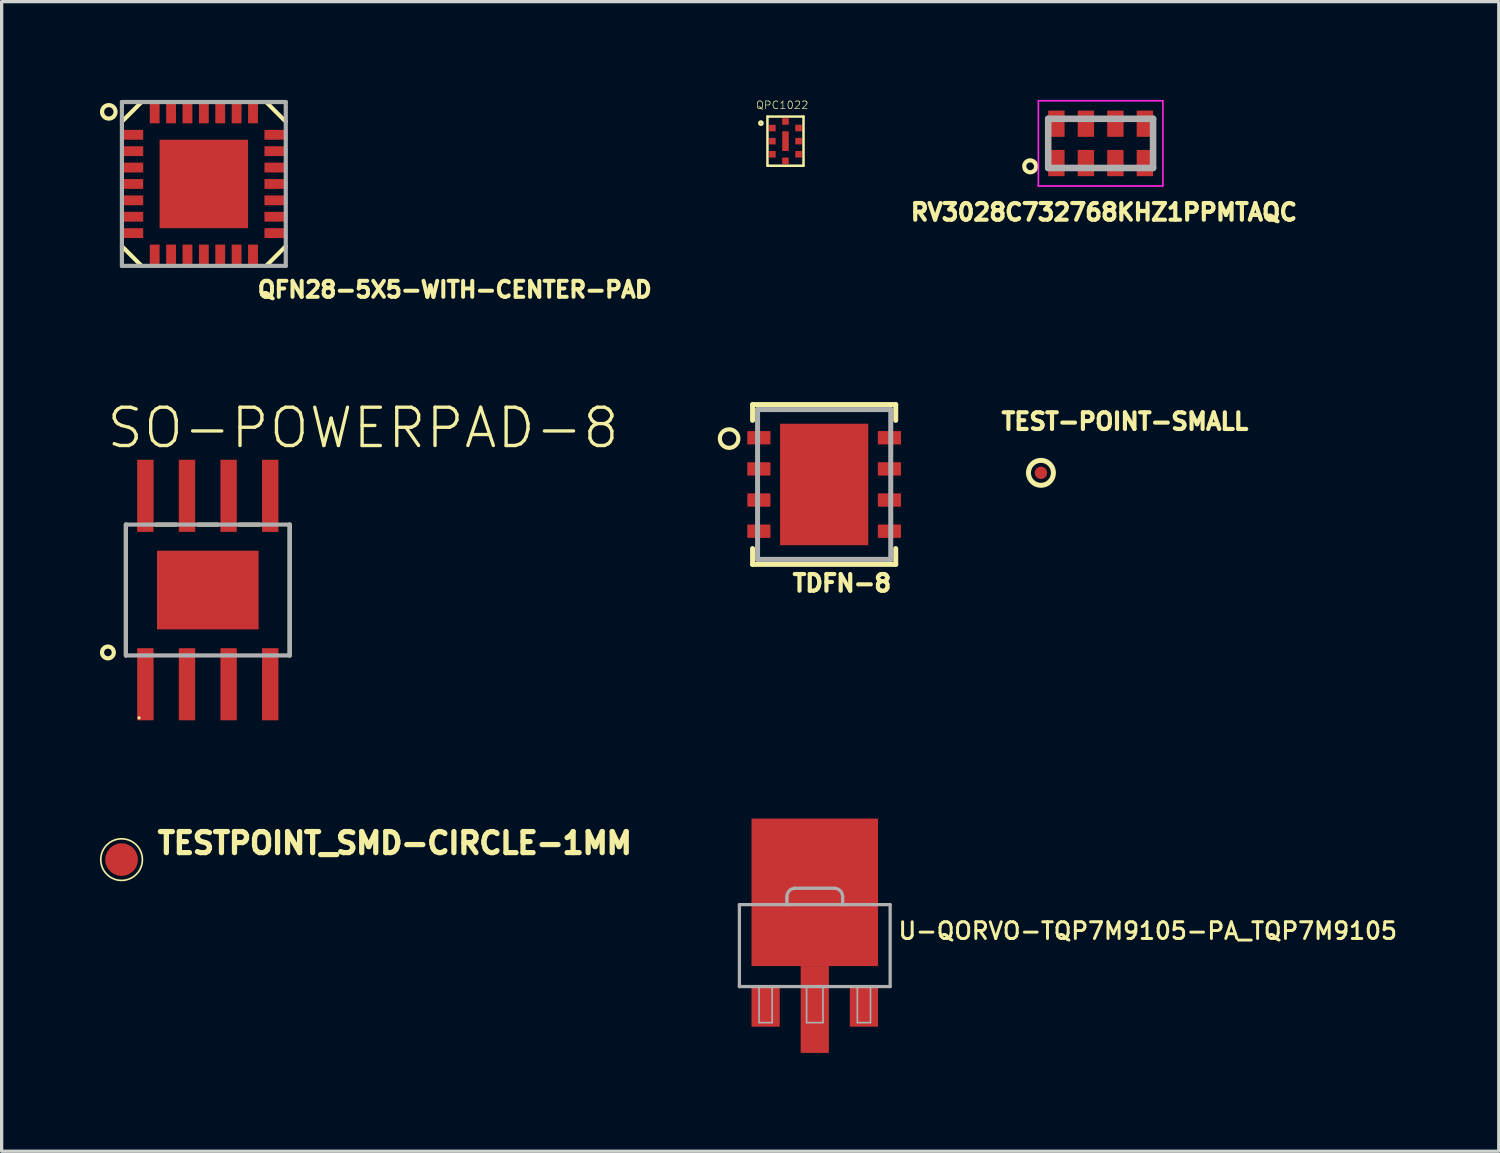
<source format=kicad_pcb>
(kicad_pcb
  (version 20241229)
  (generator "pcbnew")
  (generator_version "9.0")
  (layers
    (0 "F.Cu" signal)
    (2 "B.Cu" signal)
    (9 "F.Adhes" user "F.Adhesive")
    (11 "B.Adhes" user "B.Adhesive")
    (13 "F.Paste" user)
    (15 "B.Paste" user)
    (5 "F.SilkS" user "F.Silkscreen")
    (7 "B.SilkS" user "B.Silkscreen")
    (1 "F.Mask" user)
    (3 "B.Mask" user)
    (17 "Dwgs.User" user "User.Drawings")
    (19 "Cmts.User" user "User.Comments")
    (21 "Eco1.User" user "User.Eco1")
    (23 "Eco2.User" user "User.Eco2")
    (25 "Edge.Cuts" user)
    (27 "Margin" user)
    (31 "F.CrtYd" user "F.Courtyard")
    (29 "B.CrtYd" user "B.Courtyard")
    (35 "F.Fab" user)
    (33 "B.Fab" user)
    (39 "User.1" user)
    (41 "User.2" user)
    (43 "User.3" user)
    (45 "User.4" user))
  (footprint "RV3028C732768KHZ1PPMTAQC"
    (layer "F.Cu")
    (at 30.535 1.325)
    (property "Reference" "RV3028C732768KHZ1PPMTAQC" (at 0.1 2.1 0) (layer "F.SilkS") (effects (font (size 0.508 0.508) (thickness 0.127))))
    (fp_arc (start -2.3 0.8) (mid -2.25 0.55) (end -2 0.6) (stroke (width 0.127) (type solid)) (layer "F.SilkS"))
    (fp_arc (start -2 0.6) (mid -2.05 0.85) (end -2.3 0.8) (stroke (width 0.127) (type solid)) (layer "F.SilkS"))
    (fp_line (start -1.9 -1.3) (end 1.9 -1.3) (stroke (width 0.05) (type solid)) (layer "F.CrtYd"))
    (fp_line (start -1.9 1.3) (end -1.9 -1.3) (stroke (width 0.05) (type solid)) (layer "F.CrtYd"))
    (fp_line (start 1.9 -1.3) (end 1.9 1.3) (stroke (width 0.05) (type solid)) (layer "F.CrtYd"))
    (fp_line (start 1.9 1.3) (end -1.9 1.3) (stroke (width 0.05) (type solid)) (layer "F.CrtYd"))
    (fp_line (start -1.6 -0.75) (end 1.6 -0.75) (stroke (width 0.2) (type solid)) (layer "F.Fab"))
    (fp_line (start -1.6 0.75) (end -1.6 -0.75) (stroke (width 0.2) (type solid)) (layer "F.Fab"))
    (fp_line (start 1.6 -0.75) (end 1.6 0.75) (stroke (width 0.2) (type solid)) (layer "F.Fab"))
    (fp_line (start 1.6 0.75) (end -1.6 0.75) (stroke (width 0.2) (type solid)) (layer "F.Fab"))
    (pad "1" smd rect (at -1.35 0.6 90) (size 0.8 0.5) (layers "F.Cu" "F.Mask" "F.Paste"))
    (pad "2" smd rect (at -0.45 0.6 90) (size 0.8 0.5) (layers "F.Cu" "F.Mask" "F.Paste"))
    (pad "3" smd rect (at 0.45 0.6 90) (size 0.8 0.5) (layers "F.Cu" "F.Mask" "F.Paste"))
    (pad "4" smd rect (at 1.35 0.6 90) (size 0.8 0.5) (layers "F.Cu" "F.Mask" "F.Paste"))
    (pad "5" smd rect (at 1.35 -0.6 90) (size 0.8 0.5) (layers "F.Cu" "F.Mask" "F.Paste"))
    (pad "6" smd rect (at 0.45 -0.6 90) (size 0.8 0.5) (layers "F.Cu" "F.Mask" "F.Paste"))
    (pad "7" smd rect (at -0.45 -0.6 90) (size 0.8 0.5) (layers "F.Cu" "F.Mask" "F.Paste"))
    (pad "8" smd rect (at -1.35 -0.6 90) (size 0.8 0.5) (layers "F.Cu" "F.Mask" "F.Paste")))
  (footprint "QFN28-5X5-WITH-CENTER-PAD"
    (layer "F.Cu")
    (at 3.17 2.563)
    (property "Reference" "QFN28-5X5-WITH-CENTER-PAD" (at 1.58 3.51 0) (layer "F.SilkS") (effects (font (size 0.488 0.488) (thickness 0.122)) (justify left bottom)))
    (fp_line (start -2.5 -1.9) (end -1.9 -2.5) (stroke (width 0.127) (type solid)) (layer "F.SilkS"))
    (fp_line (start -2.5 1.9) (end -1.9 2.5) (stroke (width 0.127) (type solid)) (layer "F.SilkS"))
    (fp_line (start 1.9 -2.5) (end 2.5 -1.9) (stroke (width 0.127) (type solid)) (layer "F.SilkS"))
    (fp_line (start 1.9 2.5) (end 2.5 1.9) (stroke (width 0.127) (type solid)) (layer "F.SilkS"))
    (fp_circle (center -2.9 -2.2) (end -2.694 -2.2) (stroke (width 0.127) (type solid)) (fill no) (layer "F.SilkS"))
    (fp_poly (pts (xy -1.15 -0.55) (xy -0.55 -0.55) (xy -0.55 -1.15) (xy -1.15 -1.15)) (stroke (width 0) (type solid)) (fill yes) (layer "F.Paste"))
    (fp_poly (pts (xy -1.15 0.3) (xy -0.55 0.3) (xy -0.55 -0.3) (xy -1.15 -0.3)) (stroke (width 0) (type solid)) (fill yes) (layer "F.Paste"))
    (fp_poly (pts (xy -1.15 1.15) (xy -0.55 1.15) (xy -0.55 0.55) (xy -1.15 0.55)) (stroke (width 0) (type solid)) (fill yes) (layer "F.Paste"))
    (fp_poly (pts (xy -0.3 -0.55) (xy 0.3 -0.55) (xy 0.3 -1.15) (xy -0.3 -1.15)) (stroke (width 0) (type solid)) (fill yes) (layer "F.Paste"))
    (fp_poly (pts (xy -0.3 0.3) (xy 0.3 0.3) (xy 0.3 -0.3) (xy -0.3 -0.3)) (stroke (width 0) (type solid)) (fill yes) (layer "F.Paste"))
    (fp_poly (pts (xy -0.3 1.15) (xy 0.3 1.15) (xy 0.3 0.55) (xy -0.3 0.55)) (stroke (width 0) (type solid)) (fill yes) (layer "F.Paste"))
    (fp_poly (pts (xy 0.55 -0.55) (xy 1.15 -0.55) (xy 1.15 -1.15) (xy 0.55 -1.15)) (stroke (width 0) (type solid)) (fill yes) (layer "F.Paste"))
    (fp_poly (pts (xy 0.55 0.3) (xy 1.15 0.3) (xy 1.15 -0.3) (xy 0.55 -0.3)) (stroke (width 0) (type solid)) (fill yes) (layer "F.Paste"))
    (fp_poly (pts (xy 0.55 1.15) (xy 1.15 1.15) (xy 1.15 0.55) (xy 0.55 0.55)) (stroke (width 0) (type solid)) (fill yes) (layer "F.Paste"))
    (fp_line (start -2.5 -2.5) (end -2.5 2.5) (stroke (width 0.127) (type solid)) (layer "F.Fab"))
    (fp_line (start -2.5 2.5) (end 2.5 2.5) (stroke (width 0.127) (type solid)) (layer "F.Fab"))
    (fp_line (start 2.5 -2.5) (end -2.5 -2.5) (stroke (width 0.127) (type solid)) (layer "F.Fab"))
    (fp_line (start 2.5 2.5) (end 2.5 -2.5) (stroke (width 0.127) (type solid)) (layer "F.Fab"))
    (pad "1" smd rect (at -2.2 -1.5) (size 0.7 0.3) (layers "F.Cu" "F.Mask" "F.Paste"))
    (pad "2" smd rect (at -2.2 -1) (size 0.7 0.3) (layers "F.Cu" "F.Mask" "F.Paste"))
    (pad "3" smd rect (at -2.2 -0.5) (size 0.7 0.3) (layers "F.Cu" "F.Mask" "F.Paste"))
    (pad "4" smd rect (at -2.2 0) (size 0.7 0.3) (layers "F.Cu" "F.Mask" "F.Paste"))
    (pad "5" smd rect (at -2.2 0.5) (size 0.7 0.3) (layers "F.Cu" "F.Mask" "F.Paste"))
    (pad "6" smd rect (at -2.2 1) (size 0.7 0.3) (layers "F.Cu" "F.Mask" "F.Paste"))
    (pad "7" smd rect (at -2.2 1.5) (size 0.7 0.3) (layers "F.Cu" "F.Mask" "F.Paste"))
    (pad "8" smd rect (at -1.5 2.2 90) (size 0.7 0.3) (layers "F.Cu" "F.Mask" "F.Paste"))
    (pad "9" smd rect (at -1 2.2 90) (size 0.7 0.3) (layers "F.Cu" "F.Mask" "F.Paste"))
    (pad "10" smd rect (at -0.5 2.2 90) (size 0.7 0.3) (layers "F.Cu" "F.Mask" "F.Paste"))
    (pad "11" smd rect (at 0 2.2 90) (size 0.7 0.3) (layers "F.Cu" "F.Mask" "F.Paste"))
    (pad "12" smd rect (at 0.5 2.2 90) (size 0.7 0.3) (layers "F.Cu" "F.Mask" "F.Paste"))
    (pad "13" smd rect (at 1 2.2 90) (size 0.7 0.3) (layers "F.Cu" "F.Mask" "F.Paste"))
    (pad "14" smd rect (at 1.5 2.2 90) (size 0.7 0.3) (layers "F.Cu" "F.Mask" "F.Paste"))
    (pad "15" smd rect (at 2.2 1.5 180) (size 0.7 0.3) (layers "F.Cu" "F.Mask" "F.Paste"))
    (pad "16" smd rect (at 2.2 1 180) (size 0.7 0.3) (layers "F.Cu" "F.Mask" "F.Paste"))
    (pad "17" smd rect (at 2.2 0.5 180) (size 0.7 0.3) (layers "F.Cu" "F.Mask" "F.Paste"))
    (pad "18" smd rect (at 2.2 0 180) (size 0.7 0.3) (layers "F.Cu" "F.Mask" "F.Paste"))
    (pad "19" smd rect (at 2.2 -0.5 180) (size 0.7 0.3) (layers "F.Cu" "F.Mask" "F.Paste"))
    (pad "20" smd rect (at 2.2 -1 180) (size 0.7 0.3) (layers "F.Cu" "F.Mask" "F.Paste"))
    (pad "21" smd rect (at 2.2 -1.5 180) (size 0.7 0.3) (layers "F.Cu" "F.Mask" "F.Paste"))
    (pad "22" smd rect (at 1.5 -2.2 270) (size 0.7 0.3) (layers "F.Cu" "F.Mask" "F.Paste"))
    (pad "23" smd rect (at 1 -2.2 270) (size 0.7 0.3) (layers "F.Cu" "F.Mask" "F.Paste"))
    (pad "24" smd rect (at 0.5 -2.2 270) (size 0.7 0.3) (layers "F.Cu" "F.Mask" "F.Paste"))
    (pad "25" smd rect (at 0 -2.2 270) (size 0.7 0.3) (layers "F.Cu" "F.Mask" "F.Paste"))
    (pad "26" smd rect (at -0.5 -2.2 270) (size 0.7 0.3) (layers "F.Cu" "F.Mask" "F.Paste"))
    (pad "27" smd rect (at -1 -2.2 270) (size 0.7 0.3) (layers "F.Cu" "F.Mask" "F.Paste"))
    (pad "28" smd rect (at -1.5 -2.2 270) (size 0.7 0.3) (layers "F.Cu" "F.Mask" "F.Paste"))
    (pad "PAD" smd rect (at 0 0) (size 2.7 2.7) (layers "F.Cu" "F.Mask")))
  (footprint "QPC1022"
    (layer "F.Cu")
    (at 20.918 1.257)
    (property "Reference" "QPC1022" (at -0.917 -0.963 0) (layer "F.SilkS") (effects (font (size 0.234 0.234) (thickness 0.02)) (justify left bottom)))
    (fp_line (start -0.55 -0.75) (end 0.55 -0.75) (stroke (width 0.076) (type solid)) (layer "F.SilkS"))
    (fp_line (start -0.55 0.75) (end -0.55 -0.75) (stroke (width 0.076) (type solid)) (layer "F.SilkS"))
    (fp_line (start 0.55 -0.75) (end 0.55 0.75) (stroke (width 0.076) (type solid)) (layer "F.SilkS"))
    (fp_line (start 0.55 0.75) (end -0.55 0.75) (stroke (width 0.076) (type solid)) (layer "F.SilkS"))
    (fp_circle (center -0.75 -0.55) (end -0.7 -0.55) (stroke (width 0.076) (type solid)) (fill no) (layer "F.SilkS"))
    (pad "1" smd rect (at -0.4 -0.4 90) (size 0.2 0.2) (layers "F.Cu" "F.Mask" "F.Paste"))
    (pad "2" smd rect (at -0.4 0 90) (size 0.2 0.2) (layers "F.Cu" "F.Mask" "F.Paste"))
    (pad "3" smd rect (at -0.4 0.4 90) (size 0.2 0.2) (layers "F.Cu" "F.Mask" "F.Paste"))
    (pad "4" smd rect (at 0 0.6 90) (size 0.2 0.2) (layers "F.Cu" "F.Mask" "F.Paste"))
    (pad "5" smd rect (at 0.4 0.4 90) (size 0.2 0.2) (layers "F.Cu" "F.Mask" "F.Paste"))
    (pad "6" smd rect (at 0.4 0 90) (size 0.2 0.2) (layers "F.Cu" "F.Mask" "F.Paste"))
    (pad "7" smd rect (at 0.4 -0.4 90) (size 0.2 0.2) (layers "F.Cu" "F.Mask" "F.Paste"))
    (pad "8" smd rect (at 0 -0.6 90) (size 0.2 0.2) (layers "F.Cu" "F.Mask" "F.Paste"))
    (pad "9" smd rect (at 0 0 90) (size 0.6 0.2) (layers "F.Cu" "F.Mask" "F.Paste")))
  (footprint "U-QORVO-TQP7M9105-PA_TQP7M9105"
    (layer "F.Cu")
    (at 21.812 27.754)
    (property "Reference" "U-QORVO-TQP7M9105-PA_TQP7M9105" (at 2.5 -2.1 0) (layer "F.SilkS") (effects (font (size 0.51 0.51) (thickness 0.09)) (justify left bottom)))
    (fp_poly (pts (xy -2 -1.2) (xy 2 -1.2) (xy 2 -3.4) (xy -2 -3.4)) (stroke (width 0) (type solid)) (fill yes) (layer "F.Mask"))
    (fp_poly (pts (xy -1.1 -3.3) (xy 1.1 -3.3) (xy 1.1 -3.8) (xy -1.1 -3.8)) (stroke (width 0) (type solid)) (fill yes) (layer "F.Mask"))
    (fp_poly (pts (xy -0.533 0.635) (xy 0.533 0.635) (xy 0.533 -1.346) (xy -0.533 -1.346)) (stroke (width 0) (type solid)) (fill yes) (layer "F.Mask"))
    (fp_poly (pts (xy -0.8 -1.35) (xy 0.8 -1.35) (xy 0.8 -3.75) (xy -0.8 -3.75)) (stroke (width 0) (type solid)) (fill yes) (layer "F.Paste"))
    (fp_poly (pts (xy -0.43 0.52) (xy 0.43 0.52) (xy 0.43 -1.37) (xy -0.43 -1.37)) (stroke (width 0) (type solid)) (fill yes) (layer "F.Paste"))
    (fp_line (start -2.3 -3.2) (end -2.3 -0.7) (stroke (width 0.1) (type solid)) (layer "F.Fab"))
    (fp_line (start -2.3 -0.7) (end -1.7 -0.7) (stroke (width 0.1) (type solid)) (layer "F.Fab"))
    (fp_line (start -1.7 -0.7) (end -1.7 0.4) (stroke (width 0.05) (type solid)) (layer "F.Fab"))
    (fp_line (start -1.7 -0.7) (end -1.3 -0.7) (stroke (width 0.1) (type solid)) (layer "F.Fab"))
    (fp_line (start -1.7 0.4) (end -1.3 0.4) (stroke (width 0.05) (type solid)) (layer "F.Fab"))
    (fp_line (start -1.3 -0.7) (end -0.25 -0.7) (stroke (width 0.1) (type solid)) (layer "F.Fab"))
    (fp_line (start -1.3 0.4) (end -1.3 -0.7) (stroke (width 0.05) (type solid)) (layer "F.Fab"))
    (fp_line (start -0.85 -3.2) (end -2.3 -3.2) (stroke (width 0.1) (type solid)) (layer "F.Fab"))
    (fp_line (start -0.85 -3.2) (end -0.85 -3.446) (stroke (width 0.1) (type solid)) (layer "F.Fab"))
    (fp_line (start -0.596 -3.7) (end 0.596 -3.7) (stroke (width 0.1) (type solid)) (layer "F.Fab"))
    (fp_line (start -0.25 -0.7) (end -0.25 0.4) (stroke (width 0.05) (type solid)) (layer "F.Fab"))
    (fp_line (start -0.25 -0.7) (end 0.25 -0.7) (stroke (width 0.1) (type solid)) (layer "F.Fab"))
    (fp_line (start -0.25 0.4) (end 0.25 0.4) (stroke (width 0.05) (type solid)) (layer "F.Fab"))
    (fp_line (start 0.25 -0.7) (end 1.3 -0.7) (stroke (width 0.1) (type solid)) (layer "F.Fab"))
    (fp_line (start 0.25 0.4) (end 0.25 -0.7) (stroke (width 0.05) (type solid)) (layer "F.Fab"))
    (fp_line (start 0.85 -3.446) (end 0.85 -3.2) (stroke (width 0.1) (type solid)) (layer "F.Fab"))
    (fp_line (start 0.85 -3.2) (end -0.85 -3.2) (stroke (width 0.1) (type solid)) (layer "F.Fab"))
    (fp_line (start 1.3 -0.7) (end 1.3 0.4) (stroke (width 0.05) (type solid)) (layer "F.Fab"))
    (fp_line (start 1.3 -0.7) (end 1.7 -0.7) (stroke (width 0.1) (type solid)) (layer "F.Fab"))
    (fp_line (start 1.3 0.4) (end 1.7 0.4) (stroke (width 0.05) (type solid)) (layer "F.Fab"))
    (fp_line (start 1.7 -0.7) (end 2.3 -0.7) (stroke (width 0.1) (type solid)) (layer "F.Fab"))
    (fp_line (start 1.7 0.4) (end 1.7 -0.7) (stroke (width 0.05) (type solid)) (layer "F.Fab"))
    (fp_line (start 2.3 -3.2) (end 0.85 -3.2) (stroke (width 0.1) (type solid)) (layer "F.Fab"))
    (fp_line (start 2.3 -0.7) (end 2.3 -3.2) (stroke (width 0.1) (type solid)) (layer "F.Fab"))
    (fp_arc (start -0.85 -3.446) (mid -0.775605 -3.625605) (end -0.596 -3.7) (stroke (width 0.1) (type solid)) (layer "F.Fab"))
    (fp_arc (start 0.596 -3.7) (mid 0.775605 -3.625605) (end 0.85 -3.446) (stroke (width 0.1) (type solid)) (layer "F.Fab"))
    (pad "1" smd rect (at -1.5 -0.11) (size 0.86 1.27) (layers "F.Cu" "F.Mask" "F.Paste"))
    (pad "2" smd rect (at 0 0) (size 0.86 2.65) (layers "F.Cu"))
    (pad "3" smd rect (at 1.5 -0.11) (size 0.86 1.27) (layers "F.Cu" "F.Mask" "F.Paste"))
    (pad "PAD" smd rect (at 0 -3.575) (size 3.86 4.5) (layers "F.Cu")))
  (footprint "TEST-POINT-SMALL"
    (layer "F.Cu")
    (at 28.713 11.378)
    (property "Reference" "TEST-POINT-SMALL" (at -1.27 -1.27 0) (layer "F.SilkS") (effects (font (size 0.508 0.508) (thickness 0.127)) (justify left bottom)))
    (fp_circle (center 0 0) (end 0.381 0) (stroke (width 0.152) (type solid)) (fill no) (layer "F.SilkS"))
    (pad "TP" smd roundrect (at 0 0) (size 0.381 0.381) (layers "F.Cu" "F.Mask") (roundrect_rratio 0.5)))
  (footprint "TESTPOINT_SMD-CIRCLE-1MM"
    (layer "F.Cu")
    (at 0.66 23.18)
    (property "Reference" "TESTPOINT_SMD-CIRCLE-1MM" (at 1.016 -0.127 0) (layer "F.SilkS") (effects (font (size 0.642 0.642) (thickness 0.171)) (justify left bottom)))
    (fp_circle (center 0 0) (end 0.635 0) (stroke (width 0.051) (type solid)) (fill no) (layer "F.SilkS"))
    (pad "TP" smd roundrect (at 0 0) (size 1 1) (layers "F.Cu" "F.Mask") (roundrect_rratio 0.5)))
  (footprint "SO-POWERPAD-8"
    (layer "F.Cu")
    (at 3.291 14.954)
    (property "Reference" "SO-POWERPAD-8" (at -3.145 -4.262 0) (layer "F.SilkS") (effects (font (size 1.168 1.168) (thickness 0.102)) (justify left bottom)))
    (fp_line (start -2.499 -1.996) (end -2.499 1.996) (stroke (width 0.127) (type solid)) (layer "F.SilkS"))
    (fp_line (start -1.58 -1.996) (end -0.965 -1.996) (stroke (width 0.127) (type solid)) (layer "F.SilkS"))
    (fp_line (start -0.3 -1.996) (end 0.3 -1.996) (stroke (width 0.127) (type solid)) (layer "F.SilkS"))
    (fp_line (start 0.96 -1.996) (end 1.575 -1.996) (stroke (width 0.127) (type solid)) (layer "F.SilkS"))
    (fp_line (start 2.499 -1.996) (end 2.499 1.996) (stroke (width 0.127) (type solid)) (layer "F.SilkS"))
    (fp_circle (center -3.048 1.905) (end -2.868 1.905) (stroke (width 0.127) (type solid)) (fill no) (layer "F.SilkS"))
    (fp_circle (center -2.098 3.901) (end -2.074 3.901) (stroke (width 0.048) (type solid)) (fill yes) (layer "F.SilkS"))
    (fp_poly (pts (xy -1.397 -0.127) (xy -0.127 -0.127) (xy -0.127 -1.016) (xy -1.397 -1.016)) (stroke (width 0) (type solid)) (fill yes) (layer "F.Paste"))
    (fp_poly (pts (xy -1.397 1.016) (xy -0.127 1.016) (xy -0.127 0.127) (xy -1.397 0.127)) (stroke (width 0) (type solid)) (fill yes) (layer "F.Paste"))
    (fp_poly (pts (xy 0.127 -0.127) (xy 1.397 -0.127) (xy 1.397 -1.016) (xy 0.127 -1.016)) (stroke (width 0) (type solid)) (fill yes) (layer "F.Paste"))
    (fp_poly (pts (xy 0.127 1.016) (xy 1.397 1.016) (xy 1.397 0.127) (xy 0.127 0.127)) (stroke (width 0) (type solid)) (fill yes) (layer "F.Paste"))
    (fp_line (start -2.499 -1.996) (end 2.499 -1.996) (stroke (width 0.127) (type solid)) (layer "F.Fab"))
    (fp_line (start -2.499 1.996) (end -2.499 -1.996) (stroke (width 0.127) (type solid)) (layer "F.Fab"))
    (fp_line (start 2.499 -1.996) (end 2.499 1.996) (stroke (width 0.127) (type solid)) (layer "F.Fab"))
    (fp_line (start 2.499 1.996) (end -2.499 1.996) (stroke (width 0.127) (type solid)) (layer "F.Fab"))
    (pad "1" smd rect (at -1.905 2.875 90) (size 2.2 0.5) (layers "F.Cu" "F.Mask" "F.Paste"))
    (pad "2" smd rect (at -0.635 2.875 90) (size 2.2 0.5) (layers "F.Cu" "F.Mask" "F.Paste"))
    (pad "3" smd rect (at 0.635 2.875 90) (size 2.2 0.5) (layers "F.Cu" "F.Mask" "F.Paste"))
    (pad "4" smd rect (at 1.905 2.875 90) (size 2.2 0.5) (layers "F.Cu" "F.Mask" "F.Paste"))
    (pad "5" smd rect (at 1.905 -2.875 90) (size 2.2 0.5) (layers "F.Cu" "F.Mask" "F.Paste"))
    (pad "6" smd rect (at 0.635 -2.875 90) (size 2.2 0.5) (layers "F.Cu" "F.Mask" "F.Paste"))
    (pad "7" smd rect (at -0.635 -2.875 90) (size 2.2 0.5) (layers "F.Cu" "F.Mask" "F.Paste"))
    (pad "8" smd rect (at -1.905 -2.875 90) (size 2.2 0.5) (layers "F.Cu" "F.Mask" "F.Paste"))
    (pad "THERMAL" smd rect (at 0 0 180) (size 3.1 2.4) (layers "F.Cu" "F.Mask")))
  (footprint "TDFN-8"
    (layer "F.Cu")
    (at 22.098 11.733)
    (property "Reference" "TDFN-8" (at -1.03 3.31 0) (layer "F.SilkS") (effects (font (size 0.508 0.508) (thickness 0.127)) (justify left bottom)))
    (fp_line (start -2.184 -2.438) (end -2.184 -1.956) (stroke (width 0.152) (type solid)) (layer "F.SilkS"))
    (fp_line (start -2.184 1.956) (end -2.184 2.438) (stroke (width 0.152) (type solid)) (layer "F.SilkS"))
    (fp_line (start -2.184 2.438) (end 2.184 2.438) (stroke (width 0.152) (type solid)) (layer "F.SilkS"))
    (fp_line (start 2.184 -2.438) (end -2.184 -2.438) (stroke (width 0.152) (type solid)) (layer "F.SilkS"))
    (fp_line (start 2.184 -1.956) (end 2.184 -2.438) (stroke (width 0.152) (type solid)) (layer "F.SilkS"))
    (fp_line (start 2.184 2.438) (end 2.184 1.956) (stroke (width 0.152) (type solid)) (layer "F.SilkS"))
    (fp_circle (center -2.9 -1.4) (end -2.617 -1.4) (stroke (width 0.127) (type solid)) (fill no) (layer "F.SilkS"))
    (fp_line (start -2.032 -2.286) (end -2.032 2.286) (stroke (width 0.152) (type solid)) (layer "F.Fab"))
    (fp_line (start -2.032 2.286) (end 2.032 2.286) (stroke (width 0.152) (type solid)) (layer "F.Fab"))
    (fp_line (start 2.032 -2.286) (end -2.032 -2.286) (stroke (width 0.152) (type solid)) (layer "F.Fab"))
    (fp_line (start 2.032 2.286) (end 2.032 -2.286) (stroke (width 0.152) (type solid)) (layer "F.Fab"))
    (pad "1" smd rect (at -1.992 -1.425) (size 0.706 0.407) (layers "F.Cu" "F.Mask" "F.Paste"))
    (pad "2" smd rect (at -1.992 -0.475) (size 0.706 0.407) (layers "F.Cu" "F.Mask" "F.Paste"))
    (pad "3" smd rect (at -1.992 0.475) (size 0.706 0.407) (layers "F.Cu" "F.Mask" "F.Paste"))
    (pad "4" smd rect (at -1.992 1.425) (size 0.706 0.407) (layers "F.Cu" "F.Mask" "F.Paste"))
    (pad "5" smd rect (at 1.992 1.425) (size 0.706 0.407) (layers "F.Cu" "F.Mask" "F.Paste"))
    (pad "6" smd rect (at 1.992 0.475) (size 0.706 0.407) (layers "F.Cu" "F.Mask" "F.Paste"))
    (pad "7" smd rect (at 1.992 -0.475) (size 0.706 0.407) (layers "F.Cu" "F.Mask" "F.Paste"))
    (pad "8" smd rect (at 1.992 -1.425) (size 0.706 0.407) (layers "F.Cu" "F.Mask" "F.Paste"))
    (pad "9" smd rect (at 0 0) (size 2.692 3.708) (layers "F.Cu")))
  (gr_rect
    (start -3 -3)
    (end 42.683 32.079)
    (stroke (width 0.1) (type default))
    (fill no)
    (layer "Edge.Cuts")))
</source>
